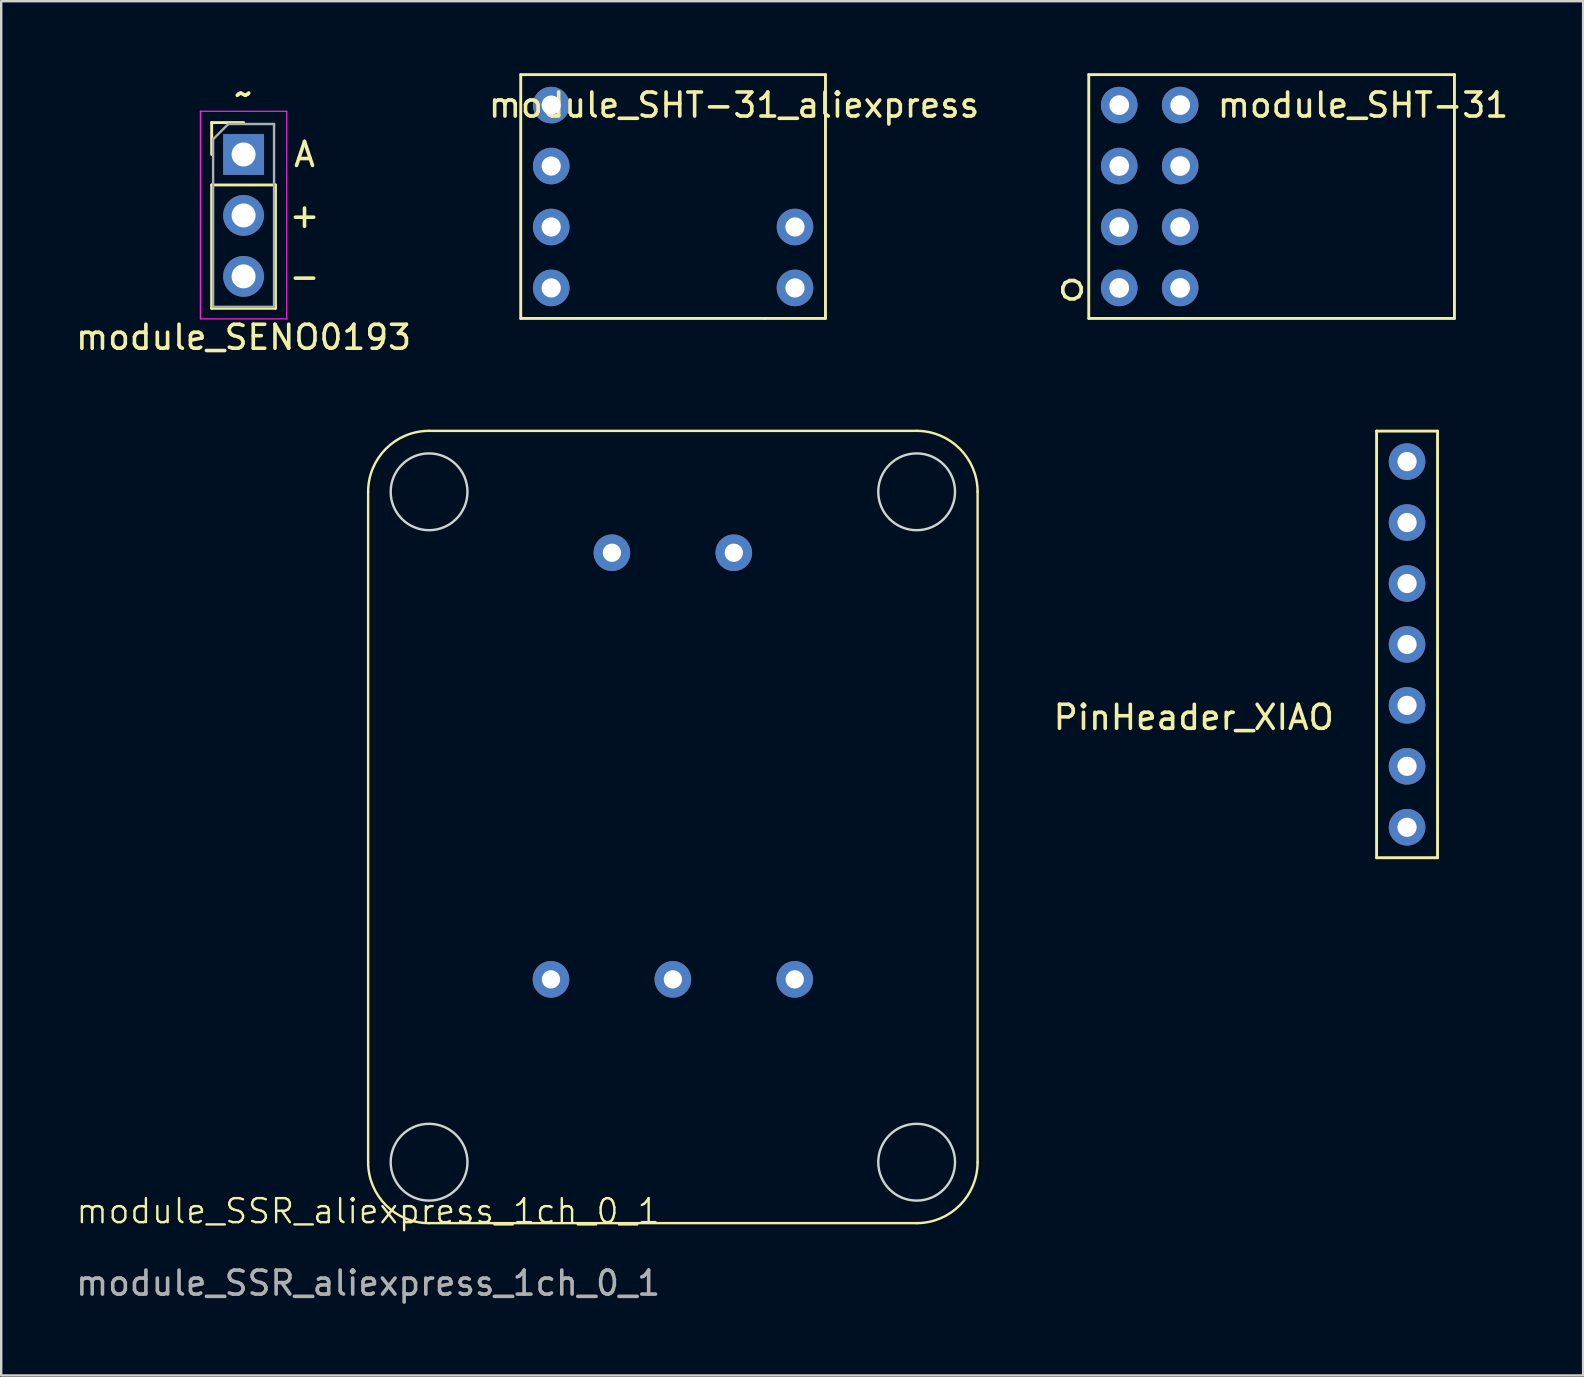
<source format=kicad_pcb>
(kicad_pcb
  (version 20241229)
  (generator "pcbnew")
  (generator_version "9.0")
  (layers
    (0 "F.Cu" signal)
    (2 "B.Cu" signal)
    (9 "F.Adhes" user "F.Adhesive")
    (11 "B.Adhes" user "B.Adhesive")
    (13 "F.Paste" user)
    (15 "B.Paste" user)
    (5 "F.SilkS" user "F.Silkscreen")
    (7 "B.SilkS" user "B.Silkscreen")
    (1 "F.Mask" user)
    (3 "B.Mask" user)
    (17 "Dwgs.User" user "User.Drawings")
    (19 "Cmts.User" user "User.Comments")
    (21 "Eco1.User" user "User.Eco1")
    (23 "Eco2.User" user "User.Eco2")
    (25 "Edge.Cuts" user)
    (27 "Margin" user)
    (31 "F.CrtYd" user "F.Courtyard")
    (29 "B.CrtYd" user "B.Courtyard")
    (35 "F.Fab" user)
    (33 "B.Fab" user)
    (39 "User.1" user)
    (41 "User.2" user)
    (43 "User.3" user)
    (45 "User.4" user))
  (footprint "module_SHT-31_aliexpress"
    (layer "F.Cu")
    (at 18.652 10.22)
    (property "Reference" "module_SHT-31_aliexpress" (at 8.89 -8.89 0) (layer "F.SilkS") (effects (font (size 1 1) (thickness 0.15))))
    (attr through_hole)
    (fp_line (start 0 -10.16) (end 12.7 -10.16) (stroke (width 0.12) (type solid)) (layer "F.SilkS"))
    (fp_line (start 0 0) (end 0 -10.16) (stroke (width 0.12) (type solid)) (layer "F.SilkS"))
    (fp_line (start 0 0) (end 10.16 0) (stroke (width 0.12) (type solid)) (layer "F.SilkS"))
    (fp_line (start 10.16 0) (end 12.7 0) (stroke (width 0.12) (type solid)) (layer "F.SilkS"))
    (fp_line (start 12.7 -10.16) (end 12.7 0) (stroke (width 0.12) (type solid)) (layer "F.SilkS"))
    (pad "1" thru_hole circle (at 1.27 -8.89) (size 1.524 1.524) (drill 0.8) (layers "*.Cu" "*.Mask"))
    (pad "2" thru_hole circle (at 1.27 -6.35) (size 1.524 1.524) (drill 0.8) (layers "*.Cu" "*.Mask"))
    (pad "3" thru_hole circle (at 1.27 -3.81) (size 1.524 1.524) (drill 0.8) (layers "*.Cu" "*.Mask"))
    (pad "4" thru_hole circle (at 1.27 -1.27) (size 1.524 1.524) (drill 0.8) (layers "*.Cu" "*.Mask"))
    (pad "5" thru_hole circle (at 11.43 -1.27) (size 1.524 1.524) (drill 0.8) (layers "*.Cu" "*.Mask"))
    (pad "6" thru_hole circle (at 11.43 -3.81) (size 1.524 1.524) (drill 0.8) (layers "*.Cu" "*.Mask")))
  (footprint "module_SSR_aliexpress_1ch_0_1"
    (layer "F.Cu")
    (at 12.292 47.926)
    (property "Reference" "module_SSR_aliexpress_1ch_0_1" (at 0 -0.5 0) (unlocked yes) (layer "F.SilkS") (effects (font (size 1 1) (thickness 0.1))))
    (attr through_hole)
    (fp_line (start 0 -30.48) (end 0 -2.54) (stroke (width 0.1) (type default)) (layer "F.SilkS"))
    (fp_line (start 22.86 -33.02) (end 2.54 -33.02) (stroke (width 0.1) (type default)) (layer "F.SilkS"))
    (fp_line (start 22.86 0) (end 2.54 0) (stroke (width 0.1) (type default)) (layer "F.SilkS"))
    (fp_line (start 25.4 -30.48) (end 25.4 -2.54) (stroke (width 0.1) (type default)) (layer "F.SilkS"))
    (fp_arc (start 0 -30.48) (mid 0.743949 -32.276051) (end 2.54 -33.02) (stroke (width 0.1) (type default)) (layer "F.SilkS"))
    (fp_arc (start 2.54 0) (mid 0.743949 -0.743949) (end 0 -2.54) (stroke (width 0.1) (type default)) (layer "F.SilkS"))
    (fp_arc (start 22.86 -33.02) (mid 24.656051 -32.276051) (end 25.4 -30.48) (stroke (width 0.1) (type default)) (layer "F.SilkS"))
    (fp_arc (start 25.4 -2.54) (mid 24.656051 -0.743949) (end 22.86 0) (stroke (width 0.1) (type default)) (layer "F.SilkS"))
    (fp_circle (center 2.54 -30.48) (end 4.14 -30.48) (stroke (width 0.1) (type default)) (fill no) (layer "Edge.Cuts"))
    (fp_circle (center 2.54 -2.54) (end 4.14 -2.54) (stroke (width 0.1) (type default)) (fill no) (layer "Edge.Cuts"))
    (fp_circle (center 22.86 -30.48) (end 24.46 -30.48) (stroke (width 0.1) (type default)) (fill no) (layer "Edge.Cuts"))
    (fp_circle (center 22.86 -2.54) (end 24.46 -2.54) (stroke (width 0.1) (type default)) (fill no) (layer "Edge.Cuts"))
    (fp_text user "${REFERENCE}" (at 0 2.5 0) (unlocked yes) (layer "F.Fab") (effects (font (size 1 1) (thickness 0.15))))
    (pad "1" thru_hole circle (at 7.62 -10.16) (size 1.524 1.524) (drill 0.762) (layers "*.Cu" "*.Mask"))
    (pad "2" thru_hole circle (at 12.7 -10.16) (size 1.524 1.524) (drill 0.762) (layers "*.Cu" "*.Mask"))
    (pad "3" thru_hole circle (at 17.78 -10.16) (size 1.524 1.524) (drill 0.762) (layers "*.Cu" "*.Mask"))
    (pad "4" thru_hole circle (at 10.16 -27.94) (size 1.524 1.524) (drill 0.762) (layers "*.Cu" "*.Mask"))
    (pad "5" thru_hole circle (at 15.24 -27.94) (size 1.524 1.524) (drill 0.762) (layers "*.Cu" "*.Mask")))
  (footprint "module_SENO0193"
    (layer "F.Cu")
    (at 5.831 9.738)
    (property "Reference" "module_SENO0193" (at 1.27 1.27 0) (layer "F.SilkS") (effects (font (size 1 1) (thickness 0.15))))
    (attr through_hole)
    (fp_line (start -0.06 -7.68) (end 1.27 -7.68) (stroke (width 0.12) (type solid)) (layer "F.SilkS"))
    (fp_line (start -0.06 -6.35) (end -0.06 -7.68) (stroke (width 0.12) (type solid)) (layer "F.SilkS"))
    (fp_line (start -0.06 -5.08) (end -0.06 0.06) (stroke (width 0.12) (type solid)) (layer "F.SilkS"))
    (fp_line (start -0.06 -5.08) (end 2.6 -5.08) (stroke (width 0.12) (type solid)) (layer "F.SilkS"))
    (fp_line (start -0.06 0.06) (end 2.6 0.06) (stroke (width 0.12) (type solid)) (layer "F.SilkS"))
    (fp_line (start 2.6 -5.08) (end 2.6 0.06) (stroke (width 0.12) (type solid)) (layer "F.SilkS"))
    (fp_line (start -0.53 -8.15) (end -0.53 0.5) (stroke (width 0.05) (type solid)) (layer "F.CrtYd"))
    (fp_line (start -0.53 0.5) (end 3.07 0.5) (stroke (width 0.05) (type solid)) (layer "F.CrtYd"))
    (fp_line (start 3.07 -8.15) (end -0.53 -8.15) (stroke (width 0.05) (type solid)) (layer "F.CrtYd"))
    (fp_line (start 3.07 0.5) (end 3.07 -8.15) (stroke (width 0.05) (type solid)) (layer "F.CrtYd"))
    (fp_line (start 0 -6.985) (end 0.635 -7.62) (stroke (width 0.1) (type solid)) (layer "F.Fab"))
    (fp_line (start 0 0) (end 0 -6.985) (stroke (width 0.1) (type solid)) (layer "F.Fab"))
    (fp_line (start 0.635 -7.62) (end 2.54 -7.62) (stroke (width 0.1) (type solid)) (layer "F.Fab"))
    (fp_line (start 2.54 -7.62) (end 2.54 0) (stroke (width 0.1) (type solid)) (layer "F.Fab"))
    (fp_line (start 2.54 0) (end 0 0) (stroke (width 0.1) (type solid)) (layer "F.Fab"))
    (fp_text user "A" (at 3.81 -6.35 0) (layer "F.SilkS") (effects (font (size 1 1) (thickness 0.15))))
    (fp_text user "-" (at 3.81 -1.27 0) (layer "F.SilkS") (effects (font (size 1 1) (thickness 0.15))))
    (fp_text user "~" (at 1.27 -8.89 0) (layer "F.SilkS") (effects (font (size 1 1) (thickness 0.15))))
    (fp_text user "+" (at 3.81 -3.81 0) (layer "F.SilkS") (effects (font (size 1 1) (thickness 0.15))))
    (pad "1" thru_hole rect (at 1.27 -6.35) (size 1.7 1.7) (drill 1) (layers "*.Cu" "*.Mask"))
    (pad "2" thru_hole oval (at 1.27 -3.81) (size 1.7 1.7) (drill 1) (layers "*.Cu" "*.Mask"))
    (pad "3" thru_hole oval (at 1.27 -1.27) (size 1.7 1.7) (drill 1) (layers "*.Cu" "*.Mask")))
  (footprint "module_SHT-31"
    (layer "F.Cu")
    (at 42.325 10.22)
    (property "Reference" "module_SHT-31" (at 11.43 -8.89 0) (layer "F.SilkS") (effects (font (size 1 1) (thickness 0.15))))
    (attr through_hole)
    (fp_line (start 0 -10.16) (end 15.24 -10.16) (stroke (width 0.12) (type solid)) (layer "F.SilkS"))
    (fp_line (start 0 0) (end 0 -10.16) (stroke (width 0.12) (type solid)) (layer "F.SilkS"))
    (fp_line (start 15.24 -10.16) (end 15.24 0) (stroke (width 0.12) (type solid)) (layer "F.SilkS"))
    (fp_line (start 15.24 0) (end 0 0) (stroke (width 0.12) (type solid)) (layer "F.SilkS"))
    (fp_text user "○" (at -0.7 -1.27 0) (layer "F.SilkS") (effects (font (size 1 1) (thickness 0.15))))
    (pad "1" thru_hole circle (at 1.27 -1.27) (size 1.524 1.524) (drill 0.82) (layers "*.Cu" "*.Mask"))
    (pad "2" thru_hole circle (at 1.27 -3.81) (size 1.524 1.524) (drill 0.82) (layers "*.Cu" "*.Mask"))
    (pad "3" thru_hole circle (at 1.27 -6.35) (size 1.524 1.524) (drill 0.82) (layers "*.Cu" "*.Mask"))
    (pad "4" thru_hole circle (at 1.27 -8.89) (size 1.524 1.524) (drill 0.82) (layers "*.Cu" "*.Mask"))
    (pad "5" thru_hole circle (at 3.81 -1.27) (size 1.524 1.524) (drill 0.82) (layers "*.Cu" "*.Mask"))
    (pad "6" thru_hole circle (at 3.81 -3.81) (size 1.524 1.524) (drill 0.82) (layers "*.Cu" "*.Mask"))
    (pad "7" thru_hole circle (at 3.81 -6.35) (size 1.524 1.524) (drill 0.82) (layers "*.Cu" "*.Mask"))
    (pad "8" thru_hole circle (at 3.81 -8.89) (size 1.524 1.524) (drill 0.82) (layers "*.Cu" "*.Mask")))
  (footprint "PinHeader_XIAO"
    (layer "F.Cu")
    (at 54.32 32.697)
    (property "Reference" "PinHeader_XIAO" (at -7.62 -5.85 0) (layer "F.SilkS") (effects (font (size 1 1) (thickness 0.15))))
    (attr through_hole)
    (fp_line (start 0 -17.78) (end 0 0) (stroke (width 0.12) (type solid)) (layer "F.SilkS"))
    (fp_line (start 0 0) (end 2.54 0) (stroke (width 0.12) (type solid)) (layer "F.SilkS"))
    (fp_line (start 2.54 -17.78) (end 0 -17.78) (stroke (width 0.12) (type solid)) (layer "F.SilkS"))
    (fp_line (start 2.54 0) (end 2.54 -17.78) (stroke (width 0.12) (type solid)) (layer "F.SilkS"))
    (pad "1" thru_hole circle (at 1.27 -1.27) (size 1.524 1.524) (drill 0.8) (layers "*.Cu" "*.Mask"))
    (pad "2" thru_hole circle (at 1.27 -3.81) (size 1.524 1.524) (drill 0.8) (layers "*.Cu" "*.Mask"))
    (pad "3" thru_hole circle (at 1.27 -6.35) (size 1.524 1.524) (drill 0.8) (layers "*.Cu" "*.Mask"))
    (pad "4" thru_hole circle (at 1.27 -8.89) (size 1.524 1.524) (drill 0.8) (layers "*.Cu" "*.Mask"))
    (pad "5" thru_hole circle (at 1.27 -11.43) (size 1.524 1.524) (drill 0.8) (layers "*.Cu" "*.Mask"))
    (pad "6" thru_hole circle (at 1.27 -13.97) (size 1.524 1.524) (drill 0.8) (layers "*.Cu" "*.Mask"))
    (pad "7" thru_hole circle (at 1.27 -16.51) (size 1.524 1.524) (drill 0.8) (layers "*.Cu" "*.Mask")))
  (gr_rect
    (start -3 -3)
    (end 62.928 54.275)
    (stroke (width 0.1) (type default))
    (fill no)
    (layer "Edge.Cuts")))
</source>
